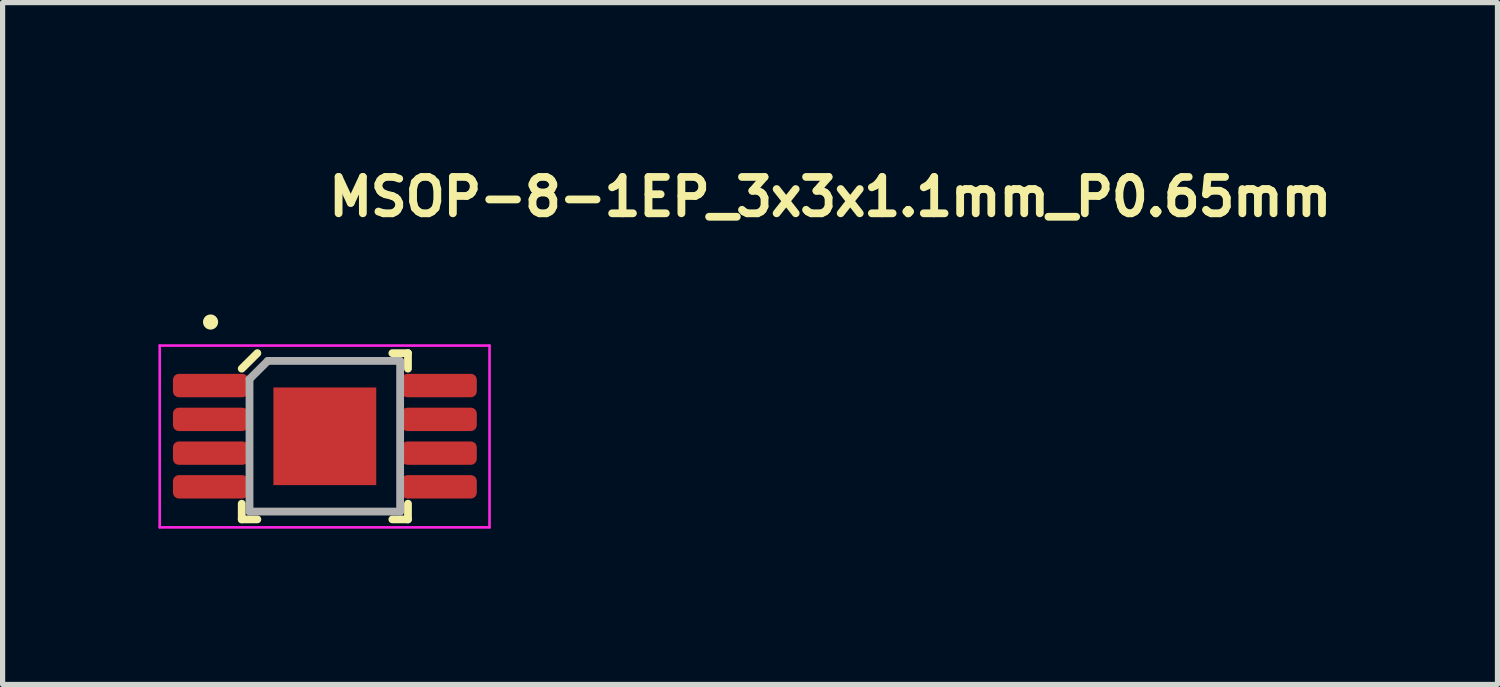
<source format=kicad_pcb>
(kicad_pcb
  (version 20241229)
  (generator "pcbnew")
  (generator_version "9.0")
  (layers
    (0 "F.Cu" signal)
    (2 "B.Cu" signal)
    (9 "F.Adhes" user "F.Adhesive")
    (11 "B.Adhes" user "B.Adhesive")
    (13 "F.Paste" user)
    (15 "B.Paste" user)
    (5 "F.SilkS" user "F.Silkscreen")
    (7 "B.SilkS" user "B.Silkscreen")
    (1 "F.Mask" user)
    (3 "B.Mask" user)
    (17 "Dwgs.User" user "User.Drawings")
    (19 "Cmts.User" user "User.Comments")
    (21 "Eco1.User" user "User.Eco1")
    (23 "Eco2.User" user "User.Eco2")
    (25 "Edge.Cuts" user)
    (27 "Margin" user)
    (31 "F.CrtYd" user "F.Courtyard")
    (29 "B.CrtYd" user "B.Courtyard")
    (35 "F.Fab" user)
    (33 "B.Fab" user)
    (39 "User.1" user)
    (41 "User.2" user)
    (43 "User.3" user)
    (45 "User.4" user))
  (footprint "MSOP-8-1EP_3x3x1.1mm_P0.65mm"
    (layer "F.Cu")
    (at 3.204 5.35)
    (property "Reference" "MSOP-8-1EP_3x3x1.1mm_P0.65mm" (at 0 -4.2 0) (layer "F.SilkS") (effects (font (size 0.7 0.7) (thickness 0.15)) (justify left bottom)))
    (attr smd)
    (fp_line (start -1.6 1.6) (end -1.6 1.298) (stroke (width 0.15) (type solid)) (layer "F.SilkS"))
    (fp_line (start -1.299 -1.601) (end -1.6 -1.302) (stroke (width 0.15) (type solid)) (layer "F.SilkS"))
    (fp_line (start -1.299 1.6) (end -1.6 1.6) (stroke (width 0.15) (type solid)) (layer "F.SilkS"))
    (fp_line (start 1.3 -1.601) (end 1.601 -1.601) (stroke (width 0.15) (type solid)) (layer "F.SilkS"))
    (fp_line (start 1.601 -1.601) (end 1.601 -1.302) (stroke (width 0.15) (type solid)) (layer "F.SilkS"))
    (fp_line (start 1.601 1.298) (end 1.601 1.6) (stroke (width 0.15) (type solid)) (layer "F.SilkS"))
    (fp_line (start 1.601 1.6) (end 1.3 1.6) (stroke (width 0.15) (type solid)) (layer "F.SilkS"))
    (fp_circle (center -2.2 -2.2) (end -2.25 -2.25) (stroke (width 0.15) (type solid)) (fill yes) (layer "F.SilkS"))
    (fp_line (start -3.179 -1.747) (end 3.171 -1.747) (stroke (width 0.05) (type solid)) (layer "F.CrtYd"))
    (fp_line (start -3.179 1.753) (end -3.179 -1.747) (stroke (width 0.05) (type solid)) (layer "F.CrtYd"))
    (fp_line (start 3.171 1.753) (end -3.179 1.753) (stroke (width 0.05) (type solid)) (layer "F.CrtYd"))
    (fp_line (start 3.171 1.753) (end 3.171 -1.747) (stroke (width 0.05) (type solid)) (layer "F.CrtYd"))
    (fp_line (start -1.45 -1.101) (end -1.45 1.449) (stroke (width 0.15) (type solid)) (layer "F.Fab"))
    (fp_line (start -1.099 -1.451) (end -1.45 -1.101) (stroke (width 0.15) (type solid)) (layer "F.Fab"))
    (fp_line (start 1.45 -1.451) (end -1.099 -1.451) (stroke (width 0.15) (type solid)) (layer "F.Fab"))
    (fp_line (start 1.45 -1.451) (end 1.45 1.449) (stroke (width 0.15) (type solid)) (layer "F.Fab"))
    (fp_line (start 1.45 1.449) (end -1.45 1.449) (stroke (width 0.15) (type solid)) (layer "F.Fab"))
    (fp_rect (start -2.451 1.498) (end 2.451 -1.5) (stroke (width 0.1) (type solid)) (fill no) (layer "User.5"))
    (fp_line (start -2.451 -1.128) (end -2.451 -0.824) (stroke (width 0.02) (type solid)) (layer "User.9"))
    (fp_line (start -2.451 -0.479) (end -2.451 -0.173) (stroke (width 0.02) (type solid)) (layer "User.9"))
    (fp_line (start -2.451 0.172) (end -2.451 0.477) (stroke (width 0.02) (type solid)) (layer "User.9"))
    (fp_line (start -2.451 0.822) (end -2.451 1.127) (stroke (width 0.02) (type solid)) (layer "User.9"))
    (fp_line (start -2.211 -1.128) (end -2.451 -1.128) (stroke (width 0.02) (type solid)) (layer "User.9"))
    (fp_line (start -2.211 -1.128) (end -2.092 -1.128) (stroke (width 0.02) (type solid)) (layer "User.9"))
    (fp_line (start -2.211 -0.824) (end -2.451 -0.824) (stroke (width 0.02) (type solid)) (layer "User.9"))
    (fp_line (start -2.211 -0.824) (end -2.092 -0.824) (stroke (width 0.02) (type solid)) (layer "User.9"))
    (fp_line (start -2.211 -0.479) (end -2.451 -0.479) (stroke (width 0.02) (type solid)) (layer "User.9"))
    (fp_line (start -2.211 -0.479) (end -2.092 -0.479) (stroke (width 0.02) (type solid)) (layer "User.9"))
    (fp_line (start -2.211 -0.173) (end -2.451 -0.173) (stroke (width 0.02) (type solid)) (layer "User.9"))
    (fp_line (start -2.211 -0.173) (end -2.092 -0.173) (stroke (width 0.02) (type solid)) (layer "User.9"))
    (fp_line (start -2.211 0.172) (end -2.451 0.172) (stroke (width 0.02) (type solid)) (layer "User.9"))
    (fp_line (start -2.211 0.172) (end -2.092 0.172) (stroke (width 0.02) (type solid)) (layer "User.9"))
    (fp_line (start -2.211 0.477) (end -2.451 0.477) (stroke (width 0.02) (type solid)) (layer "User.9"))
    (fp_line (start -2.211 0.477) (end -2.092 0.477) (stroke (width 0.02) (type solid)) (layer "User.9"))
    (fp_line (start -2.211 0.822) (end -2.451 0.822) (stroke (width 0.02) (type solid)) (layer "User.9"))
    (fp_line (start -2.211 0.822) (end -2.092 0.822) (stroke (width 0.02) (type solid)) (layer "User.9"))
    (fp_line (start -2.211 1.127) (end -2.451 1.127) (stroke (width 0.02) (type solid)) (layer "User.9"))
    (fp_line (start -2.211 1.127) (end -2.092 1.127) (stroke (width 0.02) (type solid)) (layer "User.9"))
    (fp_line (start -2.092 -1.128) (end -2.082 -1.128) (stroke (width 0.02) (type solid)) (layer "User.9"))
    (fp_line (start -2.092 -0.479) (end -2.082 -0.479) (stroke (width 0.02) (type solid)) (layer "User.9"))
    (fp_line (start -2.092 0.172) (end -2.082 0.172) (stroke (width 0.02) (type solid)) (layer "User.9"))
    (fp_line (start -2.092 0.822) (end -2.082 0.822) (stroke (width 0.02) (type solid)) (layer "User.9"))
    (fp_line (start -2.082 -1.128) (end -1.779 -1.128) (stroke (width 0.02) (type solid)) (layer "User.9"))
    (fp_line (start -2.082 -0.824) (end -2.092 -0.824) (stroke (width 0.02) (type solid)) (layer "User.9"))
    (fp_line (start -2.082 -0.824) (end -1.779 -0.824) (stroke (width 0.02) (type solid)) (layer "User.9"))
    (fp_line (start -2.082 -0.479) (end -1.779 -0.479) (stroke (width 0.02) (type solid)) (layer "User.9"))
    (fp_line (start -2.082 -0.173) (end -2.092 -0.173) (stroke (width 0.02) (type solid)) (layer "User.9"))
    (fp_line (start -2.082 -0.173) (end -1.779 -0.173) (stroke (width 0.02) (type solid)) (layer "User.9"))
    (fp_line (start -2.082 0.172) (end -1.779 0.172) (stroke (width 0.02) (type solid)) (layer "User.9"))
    (fp_line (start -2.082 0.477) (end -2.092 0.477) (stroke (width 0.02) (type solid)) (layer "User.9"))
    (fp_line (start -2.082 0.477) (end -1.779 0.477) (stroke (width 0.02) (type solid)) (layer "User.9"))
    (fp_line (start -2.082 0.822) (end -1.779 0.822) (stroke (width 0.02) (type solid)) (layer "User.9"))
    (fp_line (start -2.082 1.127) (end -2.092 1.127) (stroke (width 0.02) (type solid)) (layer "User.9"))
    (fp_line (start -2.082 1.127) (end -1.779 1.127) (stroke (width 0.02) (type solid)) (layer "User.9"))
    (fp_line (start -1.498 -1.382) (end -1.497 -1.388) (stroke (width 0.02) (type solid)) (layer "User.9"))
    (fp_line (start -1.498 -1.376) (end -1.498 -1.382) (stroke (width 0.02) (type solid)) (layer "User.9"))
    (fp_line (start -1.498 -1.373) (end -1.498 -1.376) (stroke (width 0.02) (type solid)) (layer "User.9"))
    (fp_line (start -1.498 -1.373) (end -1.498 1.37) (stroke (width 0.02) (type solid)) (layer "User.9"))
    (fp_line (start -1.498 -1.128) (end -1.779 -1.128) (stroke (width 0.02) (type solid)) (layer "User.9"))
    (fp_line (start -1.498 -1.128) (end -1.498 -0.824) (stroke (width 0.02) (type solid)) (layer "User.9"))
    (fp_line (start -1.498 -0.824) (end -1.779 -0.824) (stroke (width 0.02) (type solid)) (layer "User.9"))
    (fp_line (start -1.498 -0.479) (end -1.779 -0.479) (stroke (width 0.02) (type solid)) (layer "User.9"))
    (fp_line (start -1.498 -0.479) (end -1.498 -0.173) (stroke (width 0.02) (type solid)) (layer "User.9"))
    (fp_line (start -1.498 -0.173) (end -1.779 -0.173) (stroke (width 0.02) (type solid)) (layer "User.9"))
    (fp_line (start -1.498 0.172) (end -1.779 0.172) (stroke (width 0.02) (type solid)) (layer "User.9"))
    (fp_line (start -1.498 0.172) (end -1.498 0.477) (stroke (width 0.02) (type solid)) (layer "User.9"))
    (fp_line (start -1.498 0.477) (end -1.779 0.477) (stroke (width 0.02) (type solid)) (layer "User.9"))
    (fp_line (start -1.498 0.822) (end -1.779 0.822) (stroke (width 0.02) (type solid)) (layer "User.9"))
    (fp_line (start -1.498 0.822) (end -1.498 1.127) (stroke (width 0.02) (type solid)) (layer "User.9"))
    (fp_line (start -1.498 1.127) (end -1.779 1.127) (stroke (width 0.02) (type solid)) (layer "User.9"))
    (fp_line (start -1.498 1.374) (end -1.498 1.37) (stroke (width 0.02) (type solid)) (layer "User.9"))
    (fp_line (start -1.498 1.379) (end -1.498 1.374) (stroke (width 0.02) (type solid)) (layer "User.9"))
    (fp_line (start -1.497 -1.393) (end -1.496 -1.399) (stroke (width 0.02) (type solid)) (layer "User.9"))
    (fp_line (start -1.497 -1.388) (end -1.497 -1.393) (stroke (width 0.02) (type solid)) (layer "User.9"))
    (fp_line (start -1.497 1.386) (end -1.498 1.379) (stroke (width 0.02) (type solid)) (layer "User.9"))
    (fp_line (start -1.497 1.391) (end -1.497 1.386) (stroke (width 0.02) (type solid)) (layer "User.9"))
    (fp_line (start -1.496 -1.399) (end -1.495 -1.405) (stroke (width 0.02) (type solid)) (layer "User.9"))
    (fp_line (start -1.496 1.398) (end -1.497 1.391) (stroke (width 0.02) (type solid)) (layer "User.9"))
    (fp_line (start -1.495 -1.405) (end -1.493 -1.411) (stroke (width 0.02) (type solid)) (layer "User.9"))
    (fp_line (start -1.495 1.403) (end -1.496 1.398) (stroke (width 0.02) (type solid)) (layer "User.9"))
    (fp_line (start -1.493 -1.411) (end -1.491 -1.417) (stroke (width 0.02) (type solid)) (layer "User.9"))
    (fp_line (start -1.493 1.41) (end -1.495 1.403) (stroke (width 0.02) (type solid)) (layer "User.9"))
    (fp_line (start -1.491 -1.417) (end -1.489 -1.422) (stroke (width 0.02) (type solid)) (layer "User.9"))
    (fp_line (start -1.491 1.415) (end -1.493 1.41) (stroke (width 0.02) (type solid)) (layer "User.9"))
    (fp_line (start -1.489 -1.422) (end -1.486 -1.429) (stroke (width 0.02) (type solid)) (layer "User.9"))
    (fp_line (start -1.489 1.421) (end -1.491 1.415) (stroke (width 0.02) (type solid)) (layer "User.9"))
    (fp_line (start -1.486 -1.429) (end -1.484 -1.434) (stroke (width 0.02) (type solid)) (layer "User.9"))
    (fp_line (start -1.486 1.426) (end -1.489 1.421) (stroke (width 0.02) (type solid)) (layer "User.9"))
    (fp_line (start -1.484 -1.434) (end -1.481 -1.439) (stroke (width 0.02) (type solid)) (layer "User.9"))
    (fp_line (start -1.484 1.431) (end -1.486 1.426) (stroke (width 0.02) (type solid)) (layer "User.9"))
    (fp_line (start -1.481 -1.439) (end -1.477 -1.444) (stroke (width 0.02) (type solid)) (layer "User.9"))
    (fp_line (start -1.481 1.437) (end -1.484 1.431) (stroke (width 0.02) (type solid)) (layer "User.9"))
    (fp_line (start -1.477 -1.444) (end -1.474 -1.449) (stroke (width 0.02) (type solid)) (layer "User.9"))
    (fp_line (start -1.477 1.442) (end -1.481 1.437) (stroke (width 0.02) (type solid)) (layer "User.9"))
    (fp_line (start -1.474 -1.449) (end -1.47 -1.454) (stroke (width 0.02) (type solid)) (layer "User.9"))
    (fp_line (start -1.474 1.446) (end -1.477 1.442) (stroke (width 0.02) (type solid)) (layer "User.9"))
    (fp_line (start -1.47 -1.454) (end -1.466 -1.457) (stroke (width 0.02) (type solid)) (layer "User.9"))
    (fp_line (start -1.47 1.451) (end -1.474 1.446) (stroke (width 0.02) (type solid)) (layer "User.9"))
    (fp_line (start -1.466 -1.457) (end -1.462 -1.462) (stroke (width 0.02) (type solid)) (layer "User.9"))
    (fp_line (start -1.466 1.455) (end -1.47 1.451) (stroke (width 0.02) (type solid)) (layer "User.9"))
    (fp_line (start -1.462 -1.462) (end -1.457 -1.466) (stroke (width 0.02) (type solid)) (layer "User.9"))
    (fp_line (start -1.462 1.46) (end -1.466 1.455) (stroke (width 0.02) (type solid)) (layer "User.9"))
    (fp_line (start -1.457 -1.466) (end -1.453 -1.47) (stroke (width 0.02) (type solid)) (layer "User.9"))
    (fp_line (start -1.457 1.464) (end -1.462 1.46) (stroke (width 0.02) (type solid)) (layer "User.9"))
    (fp_line (start -1.453 -1.47) (end -1.448 -1.474) (stroke (width 0.02) (type solid)) (layer "User.9"))
    (fp_line (start -1.453 1.468) (end -1.457 1.464) (stroke (width 0.02) (type solid)) (layer "User.9"))
    (fp_line (start -1.448 -1.474) (end -1.443 -1.477) (stroke (width 0.02) (type solid)) (layer "User.9"))
    (fp_line (start -1.448 1.472) (end -1.453 1.468) (stroke (width 0.02) (type solid)) (layer "User.9"))
    (fp_line (start -1.443 -1.477) (end -1.438 -1.481) (stroke (width 0.02) (type solid)) (layer "User.9"))
    (fp_line (start -1.443 1.475) (end -1.448 1.472) (stroke (width 0.02) (type solid)) (layer "User.9"))
    (fp_line (start -1.438 -1.481) (end -1.433 -1.484) (stroke (width 0.02) (type solid)) (layer "User.9"))
    (fp_line (start -1.438 1.479) (end -1.443 1.475) (stroke (width 0.02) (type solid)) (layer "User.9"))
    (fp_line (start -1.433 -1.484) (end -1.427 -1.486) (stroke (width 0.02) (type solid)) (layer "User.9"))
    (fp_line (start -1.433 -1.316) (end -1.431 -1.322) (stroke (width 0.02) (type solid)) (layer "User.9"))
    (fp_line (start -1.433 -1.31) (end -1.433 -1.316) (stroke (width 0.02) (type solid)) (layer "User.9"))
    (fp_line (start -1.433 1.313) (end -1.433 1.308) (stroke (width 0.02) (type solid)) (layer "User.9"))
    (fp_line (start -1.433 1.483) (end -1.438 1.479) (stroke (width 0.02) (type solid)) (layer "User.9"))
    (fp_line (start -1.431 -1.322) (end -1.43 -1.328) (stroke (width 0.02) (type solid)) (layer "User.9"))
    (fp_line (start -1.431 1.32) (end -1.433 1.313) (stroke (width 0.02) (type solid)) (layer "User.9"))
    (fp_line (start -1.43 -1.328) (end -1.429 -1.333) (stroke (width 0.02) (type solid)) (layer "User.9"))
    (fp_line (start -1.43 1.325) (end -1.431 1.32) (stroke (width 0.02) (type solid)) (layer "User.9"))
    (fp_line (start -1.429 -1.333) (end -1.427 -1.339) (stroke (width 0.02) (type solid)) (layer "User.9"))
    (fp_line (start -1.429 1.331) (end -1.43 1.325) (stroke (width 0.02) (type solid)) (layer "User.9"))
    (fp_line (start -1.427 -1.486) (end -1.421 -1.49) (stroke (width 0.02) (type solid)) (layer "User.9"))
    (fp_line (start -1.427 -1.339) (end -1.425 -1.345) (stroke (width 0.02) (type solid)) (layer "User.9"))
    (fp_line (start -1.427 1.338) (end -1.429 1.331) (stroke (width 0.02) (type solid)) (layer "User.9"))
    (fp_line (start -1.427 1.484) (end -1.433 1.483) (stroke (width 0.02) (type solid)) (layer "User.9"))
    (fp_line (start -1.425 -1.345) (end -1.423 -1.351) (stroke (width 0.02) (type solid)) (layer "User.9"))
    (fp_line (start -1.425 1.343) (end -1.427 1.338) (stroke (width 0.02) (type solid)) (layer "User.9"))
    (fp_line (start -1.423 -1.351) (end -1.421 -1.356) (stroke (width 0.02) (type solid)) (layer "User.9"))
    (fp_line (start -1.423 1.35) (end -1.425 1.343) (stroke (width 0.02) (type solid)) (layer "User.9"))
    (fp_line (start -1.421 -1.49) (end -1.416 -1.492) (stroke (width 0.02) (type solid)) (layer "User.9"))
    (fp_line (start -1.421 -1.356) (end -1.418 -1.363) (stroke (width 0.02) (type solid)) (layer "User.9"))
    (fp_line (start -1.421 1.354) (end -1.423 1.35) (stroke (width 0.02) (type solid)) (layer "User.9"))
    (fp_line (start -1.421 1.487) (end -1.427 1.484) (stroke (width 0.02) (type solid)) (layer "User.9"))
    (fp_line (start -1.418 -1.363) (end -1.416 -1.368) (stroke (width 0.02) (type solid)) (layer "User.9"))
    (fp_line (start -1.418 1.361) (end -1.421 1.354) (stroke (width 0.02) (type solid)) (layer "User.9"))
    (fp_line (start -1.416 -1.492) (end -1.41 -1.494) (stroke (width 0.02) (type solid)) (layer "User.9"))
    (fp_line (start -1.416 -1.368) (end -1.413 -1.373) (stroke (width 0.02) (type solid)) (layer "User.9"))
    (fp_line (start -1.416 1.366) (end -1.418 1.361) (stroke (width 0.02) (type solid)) (layer "User.9"))
    (fp_line (start -1.416 1.49) (end -1.421 1.487) (stroke (width 0.02) (type solid)) (layer "User.9"))
    (fp_line (start -1.413 -1.373) (end -1.409 -1.378) (stroke (width 0.02) (type solid)) (layer "User.9"))
    (fp_line (start -1.413 1.37) (end -1.416 1.366) (stroke (width 0.02) (type solid)) (layer "User.9"))
    (fp_line (start -1.41 -1.494) (end -1.404 -1.496) (stroke (width 0.02) (type solid)) (layer "User.9"))
    (fp_line (start -1.41 1.491) (end -1.416 1.49) (stroke (width 0.02) (type solid)) (layer "User.9"))
    (fp_line (start -1.409 -1.378) (end -1.406 -1.383) (stroke (width 0.02) (type solid)) (layer "User.9"))
    (fp_line (start -1.409 1.375) (end -1.413 1.37) (stroke (width 0.02) (type solid)) (layer "User.9"))
    (fp_line (start -1.406 -1.383) (end -1.402 -1.387) (stroke (width 0.02) (type solid)) (layer "User.9"))
    (fp_line (start -1.406 1.381) (end -1.409 1.375) (stroke (width 0.02) (type solid)) (layer "User.9"))
    (fp_line (start -1.404 -1.496) (end -1.398 -1.497) (stroke (width 0.02) (type solid)) (layer "User.9"))
    (fp_line (start -1.404 1.494) (end -1.41 1.491) (stroke (width 0.02) (type solid)) (layer "User.9"))
    (fp_line (start -1.402 -1.387) (end -1.398 -1.392) (stroke (width 0.02) (type solid)) (layer "User.9"))
    (fp_line (start -1.402 1.385) (end -1.406 1.381) (stroke (width 0.02) (type solid)) (layer "User.9"))
    (fp_line (start -1.398 -1.497) (end -1.392 -1.499) (stroke (width 0.02) (type solid)) (layer "User.9"))
    (fp_line (start -1.398 -1.392) (end -1.394 -1.395) (stroke (width 0.02) (type solid)) (layer "User.9"))
    (fp_line (start -1.398 1.39) (end -1.402 1.385) (stroke (width 0.02) (type solid)) (layer "User.9"))
    (fp_line (start -1.398 1.495) (end -1.404 1.494) (stroke (width 0.02) (type solid)) (layer "User.9"))
    (fp_line (start -1.394 -1.395) (end -1.39 -1.399) (stroke (width 0.02) (type solid)) (layer "User.9"))
    (fp_line (start -1.394 1.394) (end -1.398 1.39) (stroke (width 0.02) (type solid)) (layer "User.9"))
    (fp_line (start -1.392 -1.499) (end -1.386 -1.499) (stroke (width 0.02) (type solid)) (layer "User.9"))
    (fp_line (start -1.392 1.496) (end -1.398 1.495) (stroke (width 0.02) (type solid)) (layer "User.9"))
    (fp_line (start -1.39 -1.399) (end -1.385 -1.403) (stroke (width 0.02) (type solid)) (layer "User.9"))
    (fp_line (start -1.39 1.398) (end -1.394 1.394) (stroke (width 0.02) (type solid)) (layer "User.9"))
    (fp_line (start -1.386 -1.499) (end -1.38 -1.5) (stroke (width 0.02) (type solid)) (layer "User.9"))
    (fp_line (start -1.386 1.496) (end -1.392 1.496) (stroke (width 0.02) (type solid)) (layer "User.9"))
    (fp_line (start -1.385 -1.403) (end -1.381 -1.407) (stroke (width 0.02) (type solid)) (layer "User.9"))
    (fp_line (start -1.385 1.402) (end -1.39 1.398) (stroke (width 0.02) (type solid)) (layer "User.9"))
    (fp_line (start -1.381 -1.407) (end -1.376 -1.41) (stroke (width 0.02) (type solid)) (layer "User.9"))
    (fp_line (start -1.381 1.406) (end -1.385 1.402) (stroke (width 0.02) (type solid)) (layer "User.9"))
    (fp_line (start -1.38 -1.5) (end -1.374 -1.5) (stroke (width 0.02) (type solid)) (layer "User.9"))
    (fp_line (start -1.38 1.498) (end -1.386 1.496) (stroke (width 0.02) (type solid)) (layer "User.9"))
    (fp_line (start -1.376 -1.41) (end -1.371 -1.414) (stroke (width 0.02) (type solid)) (layer "User.9"))
    (fp_line (start -1.376 1.409) (end -1.381 1.406) (stroke (width 0.02) (type solid)) (layer "User.9"))
    (fp_line (start -1.374 -1.5) (end -1.371 -1.5) (stroke (width 0.02) (type solid)) (layer "User.9"))
    (fp_line (start -1.374 1.498) (end -1.38 1.498) (stroke (width 0.02) (type solid)) (layer "User.9"))
    (fp_line (start -1.371 -1.5) (end 1.372 -1.5) (stroke (width 0.02) (type solid)) (layer "User.9"))
    (fp_line (start -1.371 -1.414) (end -1.367 -1.417) (stroke (width 0.02) (type solid)) (layer "User.9"))
    (fp_line (start -1.371 1.413) (end -1.376 1.409) (stroke (width 0.02) (type solid)) (layer "User.9"))
    (fp_line (start -1.371 1.498) (end -1.374 1.498) (stroke (width 0.02) (type solid)) (layer "User.9"))
    (fp_line (start -1.371 1.498) (end 1.372 1.498) (stroke (width 0.02) (type solid)) (layer "User.9"))
    (fp_line (start -1.367 -1.417) (end -1.362 -1.419) (stroke (width 0.02) (type solid)) (layer "User.9"))
    (fp_line (start -1.367 1.415) (end -1.371 1.413) (stroke (width 0.02) (type solid)) (layer "User.9"))
    (fp_line (start -1.362 -1.419) (end -1.356 -1.422) (stroke (width 0.02) (type solid)) (layer "User.9"))
    (fp_line (start -1.362 1.418) (end -1.367 1.415) (stroke (width 0.02) (type solid)) (layer "User.9"))
    (fp_line (start -1.356 -1.422) (end -1.351 -1.425) (stroke (width 0.02) (type solid)) (layer "User.9"))
    (fp_line (start -1.356 1.421) (end -1.362 1.418) (stroke (width 0.02) (type solid)) (layer "User.9"))
    (fp_line (start -1.351 -1.425) (end -1.345 -1.427) (stroke (width 0.02) (type solid)) (layer "User.9"))
    (fp_line (start -1.351 1.422) (end -1.356 1.421) (stroke (width 0.02) (type solid)) (layer "User.9"))
    (fp_line (start -1.345 -1.427) (end -1.339 -1.429) (stroke (width 0.02) (type solid)) (layer "User.9"))
    (fp_line (start -1.345 1.425) (end -1.351 1.422) (stroke (width 0.02) (type solid)) (layer "User.9"))
    (fp_line (start -1.339 -1.429) (end -1.333 -1.431) (stroke (width 0.02) (type solid)) (layer "User.9"))
    (fp_line (start -1.339 1.426) (end -1.345 1.425) (stroke (width 0.02) (type solid)) (layer "User.9"))
    (fp_line (start -1.333 -1.431) (end -1.327 -1.432) (stroke (width 0.02) (type solid)) (layer "User.9"))
    (fp_line (start -1.333 1.429) (end -1.339 1.426) (stroke (width 0.02) (type solid)) (layer "User.9"))
    (fp_line (start -1.327 -1.432) (end -1.321 -1.433) (stroke (width 0.02) (type solid)) (layer "User.9"))
    (fp_line (start -1.327 1.43) (end -1.333 1.429) (stroke (width 0.02) (type solid)) (layer "User.9"))
    (fp_line (start -1.321 -1.433) (end -1.315 -1.434) (stroke (width 0.02) (type solid)) (layer "User.9"))
    (fp_line (start -1.321 -0.99) (end -1.32 -0.994) (stroke (width 0.02) (type solid)) (layer "User.9"))
    (fp_line (start -1.321 -0.986) (end -1.321 -0.99) (stroke (width 0.02) (type solid)) (layer "User.9"))
    (fp_line (start -1.321 -0.982) (end -1.321 -0.986) (stroke (width 0.02) (type solid)) (layer "User.9"))
    (fp_line (start -1.321 -0.979) (end -1.321 -0.982) (stroke (width 0.02) (type solid)) (layer "User.9"))
    (fp_line (start -1.321 -0.979) (end -1.32 -0.99) (stroke (width 0.02) (type solid)) (layer "User.9"))
    (fp_line (start -1.321 -0.975) (end -1.321 -0.979) (stroke (width 0.02) (type solid)) (layer "User.9"))
    (fp_line (start -1.321 -0.971) (end -1.321 -0.975) (stroke (width 0.02) (type solid)) (layer "User.9"))
    (fp_line (start -1.321 -0.967) (end -1.321 -0.979) (stroke (width 0.02) (type solid)) (layer "User.9"))
    (fp_line (start -1.321 -0.967) (end -1.321 -0.971) (stroke (width 0.02) (type solid)) (layer "User.9"))
    (fp_line (start -1.321 1.43) (end -1.327 1.43) (stroke (width 0.02) (type solid)) (layer "User.9"))
    (fp_line (start -1.32 -1.002) (end -1.318 -1.013) (stroke (width 0.02) (type solid)) (layer "User.9"))
    (fp_line (start -1.32 -0.994) (end -1.32 -0.998) (stroke (width 0.02) (type solid)) (layer "User.9"))
    (fp_line (start -1.32 -0.99) (end -1.32 -1.002) (stroke (width 0.02) (type solid)) (layer "User.9"))
    (fp_line (start -1.318 -1.013) (end -1.316 -1.025) (stroke (width 0.02) (type solid)) (layer "User.9"))
    (fp_line (start -1.316 -1.029) (end -1.315 -1.033) (stroke (width 0.02) (type solid)) (layer "User.9"))
    (fp_line (start -1.316 -1.025) (end -1.314 -1.036) (stroke (width 0.02) (type solid)) (layer "User.9"))
    (fp_line (start -1.315 -1.434) (end -1.309 -1.434) (stroke (width 0.02) (type solid)) (layer "User.9"))
    (fp_line (start -1.315 -1.033) (end -1.314 -1.036) (stroke (width 0.02) (type solid)) (layer "User.9"))
    (fp_line (start -1.315 1.431) (end -1.321 1.43) (stroke (width 0.02) (type solid)) (layer "User.9"))
    (fp_line (start -1.314 -1.039) (end -1.313 -1.044) (stroke (width 0.02) (type solid)) (layer "User.9"))
    (fp_line (start -1.314 -1.036) (end -1.314 -1.039) (stroke (width 0.02) (type solid)) (layer "User.9"))
    (fp_line (start -1.314 -1.036) (end -1.312 -1.048) (stroke (width 0.02) (type solid)) (layer "User.9"))
    (fp_line (start -1.313 -1.044) (end -1.312 -1.048) (stroke (width 0.02) (type solid)) (layer "User.9"))
    (fp_line (start -1.312 -1.048) (end -1.311 -1.051) (stroke (width 0.02) (type solid)) (layer "User.9"))
    (fp_line (start -1.312 -1.048) (end -1.309 -1.059) (stroke (width 0.02) (type solid)) (layer "User.9"))
    (fp_line (start -1.311 -1.051) (end -1.31 -1.055) (stroke (width 0.02) (type solid)) (layer "User.9"))
    (fp_line (start -1.31 -1.055) (end -1.309 -1.059) (stroke (width 0.02) (type solid)) (layer "User.9"))
    (fp_line (start -1.309 -1.434) (end -1.309 -1.31) (stroke (width 0.02) (type solid)) (layer "User.9"))
    (fp_line (start -1.309 -1.059) (end -1.301 -1.081) (stroke (width 0.02) (type solid)) (layer "User.9"))
    (fp_line (start -1.309 -0.967) (end -1.321 -0.967) (stroke (width 0.02) (type solid)) (layer "User.9"))
    (fp_line (start -1.309 -0.967) (end -0.609 -0.967) (stroke (width 0.02) (type solid)) (layer "User.9"))
    (fp_line (start -1.309 1.308) (end -1.309 1.431) (stroke (width 0.02) (type solid)) (layer "User.9"))
    (fp_line (start -1.309 1.431) (end -1.315 1.431) (stroke (width 0.02) (type solid)) (layer "User.9"))
    (fp_line (start -1.301 -1.081) (end -1.293 -1.103) (stroke (width 0.02) (type solid)) (layer "User.9"))
    (fp_line (start -1.293 -1.103) (end -1.283 -1.124) (stroke (width 0.02) (type solid)) (layer "User.9"))
    (fp_line (start -1.283 -1.124) (end -1.272 -1.145) (stroke (width 0.02) (type solid)) (layer "User.9"))
    (fp_line (start -1.272 -1.145) (end -1.26 -1.164) (stroke (width 0.02) (type solid)) (layer "User.9"))
    (fp_line (start -1.26 -1.164) (end -1.246 -1.184) (stroke (width 0.02) (type solid)) (layer "User.9"))
    (fp_line (start -1.246 -1.184) (end -1.233 -1.201) (stroke (width 0.02) (type solid)) (layer "User.9"))
    (fp_line (start -1.233 -1.201) (end -1.217 -1.217) (stroke (width 0.02) (type solid)) (layer "User.9"))
    (fp_line (start -1.217 -1.217) (end -1.2 -1.234) (stroke (width 0.02) (type solid)) (layer "User.9"))
    (fp_line (start -1.2 -1.234) (end -1.182 -1.248) (stroke (width 0.02) (type solid)) (layer "User.9"))
    (fp_line (start -1.182 -1.248) (end -1.163 -1.262) (stroke (width 0.02) (type solid)) (layer "User.9"))
    (fp_line (start -1.163 -1.262) (end -1.143 -1.273) (stroke (width 0.02) (type solid)) (layer "User.9"))
    (fp_line (start -1.143 -1.273) (end -1.123 -1.284) (stroke (width 0.02) (type solid)) (layer "User.9"))
    (fp_line (start -1.123 -1.284) (end -1.103 -1.294) (stroke (width 0.02) (type solid)) (layer "User.9"))
    (fp_line (start -1.103 -1.294) (end -1.081 -1.303) (stroke (width 0.02) (type solid)) (layer "User.9"))
    (fp_line (start -1.081 -1.303) (end -1.057 -1.31) (stroke (width 0.02) (type solid)) (layer "User.9"))
    (fp_line (start -1.057 -1.31) (end -1.053 -1.312) (stroke (width 0.02) (type solid)) (layer "User.9"))
    (fp_line (start -1.057 -1.31) (end -1.046 -1.313) (stroke (width 0.02) (type solid)) (layer "User.9"))
    (fp_line (start -1.053 -1.312) (end -1.046 -1.313) (stroke (width 0.02) (type solid)) (layer "User.9"))
    (fp_line (start -1.046 -1.313) (end -1.04 -1.314) (stroke (width 0.02) (type solid)) (layer "User.9"))
    (fp_line (start -1.046 -1.313) (end -1.034 -1.315) (stroke (width 0.02) (type solid)) (layer "User.9"))
    (fp_line (start -1.04 -1.314) (end -1.036 -1.315) (stroke (width 0.02) (type solid)) (layer "User.9"))
    (fp_line (start -1.036 -1.315) (end -1.03 -1.316) (stroke (width 0.02) (type solid)) (layer "User.9"))
    (fp_line (start -1.034 -1.315) (end -1.024 -1.318) (stroke (width 0.02) (type solid)) (layer "User.9"))
    (fp_line (start -1.03 -1.316) (end -1.024 -1.317) (stroke (width 0.02) (type solid)) (layer "User.9"))
    (fp_line (start -1.024 -1.318) (end -1.012 -1.319) (stroke (width 0.02) (type solid)) (layer "User.9"))
    (fp_line (start -1.024 -1.317) (end -1.018 -1.318) (stroke (width 0.02) (type solid)) (layer "User.9"))
    (fp_line (start -1.018 -1.318) (end -1.012 -1.319) (stroke (width 0.02) (type solid)) (layer "User.9"))
    (fp_line (start -1.012 -1.319) (end -1 -1.321) (stroke (width 0.02) (type solid)) (layer "User.9"))
    (fp_line (start -1 -1.321) (end -0.988 -1.322) (stroke (width 0.02) (type solid)) (layer "User.9"))
    (fp_line (start -0.988 -1.322) (end -0.976 -1.322) (stroke (width 0.02) (type solid)) (layer "User.9"))
    (fp_line (start -0.976 -1.322) (end -0.966 -1.322) (stroke (width 0.02) (type solid)) (layer "User.9"))
    (fp_line (start -0.966 -1.322) (end -0.964 -1.322) (stroke (width 0.02) (type solid)) (layer "User.9"))
    (fp_line (start -0.966 -1.322) (end -0.954 -1.322) (stroke (width 0.02) (type solid)) (layer "User.9"))
    (fp_line (start -0.964 -1.322) (end -0.962 -1.322) (stroke (width 0.02) (type solid)) (layer "User.9"))
    (fp_line (start -0.954 -1.322) (end -0.942 -1.322) (stroke (width 0.02) (type solid)) (layer "User.9"))
    (fp_line (start -0.942 -1.322) (end -0.93 -1.321) (stroke (width 0.02) (type solid)) (layer "User.9"))
    (fp_line (start -0.93 -1.321) (end -0.919 -1.319) (stroke (width 0.02) (type solid)) (layer "User.9"))
    (fp_line (start -0.919 -1.319) (end -0.913 -1.318) (stroke (width 0.02) (type solid)) (layer "User.9"))
    (fp_line (start -0.919 -1.319) (end -0.907 -1.318) (stroke (width 0.02) (type solid)) (layer "User.9"))
    (fp_line (start -0.913 -1.318) (end -0.907 -1.317) (stroke (width 0.02) (type solid)) (layer "User.9"))
    (fp_line (start -0.907 -1.318) (end -0.895 -1.315) (stroke (width 0.02) (type solid)) (layer "User.9"))
    (fp_line (start -0.907 -1.317) (end -0.901 -1.316) (stroke (width 0.02) (type solid)) (layer "User.9"))
    (fp_line (start -0.901 -1.316) (end -0.895 -1.315) (stroke (width 0.02) (type solid)) (layer "User.9"))
    (fp_line (start -0.895 -1.315) (end -0.889 -1.314) (stroke (width 0.02) (type solid)) (layer "User.9"))
    (fp_line (start -0.895 -1.315) (end -0.885 -1.313) (stroke (width 0.02) (type solid)) (layer "User.9"))
    (fp_line (start -0.889 -1.314) (end -0.883 -1.313) (stroke (width 0.02) (type solid)) (layer "User.9"))
    (fp_line (start -0.885 -1.313) (end -0.873 -1.31) (stroke (width 0.02) (type solid)) (layer "User.9"))
    (fp_line (start -0.883 -1.313) (end -0.879 -1.312) (stroke (width 0.02) (type solid)) (layer "User.9"))
    (fp_line (start -0.879 -1.312) (end -0.873 -1.31) (stroke (width 0.02) (type solid)) (layer "User.9"))
    (fp_line (start -0.873 -1.31) (end -0.859 -1.306) (stroke (width 0.02) (type solid)) (layer "User.9"))
    (fp_line (start -0.859 -1.306) (end -0.845 -1.301) (stroke (width 0.02) (type solid)) (layer "User.9"))
    (fp_line (start -0.845 -1.301) (end -0.831 -1.295) (stroke (width 0.02) (type solid)) (layer "User.9"))
    (fp_line (start -0.831 -1.295) (end -0.817 -1.289) (stroke (width 0.02) (type solid)) (layer "User.9"))
    (fp_line (start -0.817 -1.289) (end -0.803 -1.282) (stroke (width 0.02) (type solid)) (layer "User.9"))
    (fp_line (start -0.803 -1.282) (end -0.79 -1.276) (stroke (width 0.02) (type solid)) (layer "User.9"))
    (fp_line (start -0.79 -1.276) (end -0.778 -1.268) (stroke (width 0.02) (type solid)) (layer "User.9"))
    (fp_line (start -0.778 -1.268) (end -0.766 -1.261) (stroke (width 0.02) (type solid)) (layer "User.9"))
    (fp_line (start -0.766 -1.261) (end -0.754 -1.253) (stroke (width 0.02) (type solid)) (layer "User.9"))
    (fp_line (start -0.754 -1.253) (end -0.742 -1.244) (stroke (width 0.02) (type solid)) (layer "User.9"))
    (fp_line (start -0.742 -1.244) (end -0.732 -1.235) (stroke (width 0.02) (type solid)) (layer "User.9"))
    (fp_line (start -0.732 -1.235) (end -0.722 -1.224) (stroke (width 0.02) (type solid)) (layer "User.9"))
    (fp_line (start -0.722 -1.224) (end -0.71 -1.215) (stroke (width 0.02) (type solid)) (layer "User.9"))
    (fp_line (start -0.71 -1.215) (end -0.702 -1.205) (stroke (width 0.02) (type solid)) (layer "User.9"))
    (fp_line (start -0.702 -1.205) (end -0.692 -1.193) (stroke (width 0.02) (type solid)) (layer "User.9"))
    (fp_line (start -0.692 -1.193) (end -0.682 -1.183) (stroke (width 0.02) (type solid)) (layer "User.9"))
    (fp_line (start -0.682 -1.183) (end -0.674 -1.171) (stroke (width 0.02) (type solid)) (layer "User.9"))
    (fp_line (start -0.674 -1.171) (end -0.666 -1.159) (stroke (width 0.02) (type solid)) (layer "User.9"))
    (fp_line (start -0.666 -1.159) (end -0.659 -1.147) (stroke (width 0.02) (type solid)) (layer "User.9"))
    (fp_line (start -0.659 -1.147) (end -0.651 -1.134) (stroke (width 0.02) (type solid)) (layer "User.9"))
    (fp_line (start -0.651 -1.134) (end -0.645 -1.121) (stroke (width 0.02) (type solid)) (layer "User.9"))
    (fp_line (start -0.645 -1.121) (end -0.639 -1.109) (stroke (width 0.02) (type solid)) (layer "User.9"))
    (fp_line (start -0.639 -1.109) (end -0.633 -1.096) (stroke (width 0.02) (type solid)) (layer "User.9"))
    (fp_line (start -0.633 -1.096) (end -0.629 -1.081) (stroke (width 0.02) (type solid)) (layer "User.9"))
    (fp_line (start -0.629 -1.081) (end -0.625 -1.067) (stroke (width 0.02) (type solid)) (layer "User.9"))
    (fp_line (start -0.625 -1.067) (end -0.621 -1.053) (stroke (width 0.02) (type solid)) (layer "User.9"))
    (fp_line (start -0.621 -1.053) (end -0.617 -1.039) (stroke (width 0.02) (type solid)) (layer "User.9"))
    (fp_line (start -0.617 -1.039) (end -0.615 -1.026) (stroke (width 0.02) (type solid)) (layer "User.9"))
    (fp_line (start -0.615 -1.026) (end -0.613 -1.011) (stroke (width 0.02) (type solid)) (layer "User.9"))
    (fp_line (start -0.613 -1.011) (end -0.611 -0.997) (stroke (width 0.02) (type solid)) (layer "User.9"))
    (fp_line (start -0.611 -0.997) (end -0.609 -0.982) (stroke (width 0.02) (type solid)) (layer "User.9"))
    (fp_line (start -0.609 -0.982) (end -0.609 -0.967) (stroke (width 0.02) (type solid)) (layer "User.9"))
    (fp_line (start 1.308 -1.434) (end 1.315 -1.434) (stroke (width 0.02) (type solid)) (layer "User.9"))
    (fp_line (start 1.308 -1.31) (end 1.308 -1.434) (stroke (width 0.02) (type solid)) (layer "User.9"))
    (fp_line (start 1.308 1.431) (end 1.308 1.308) (stroke (width 0.02) (type solid)) (layer "User.9"))
    (fp_line (start 1.315 -1.434) (end 1.32 -1.433) (stroke (width 0.02) (type solid)) (layer "User.9"))
    (fp_line (start 1.315 1.431) (end 1.308 1.431) (stroke (width 0.02) (type solid)) (layer "User.9"))
    (fp_line (start 1.32 -1.433) (end 1.327 -1.432) (stroke (width 0.02) (type solid)) (layer "User.9"))
    (fp_line (start 1.32 1.43) (end 1.315 1.431) (stroke (width 0.02) (type solid)) (layer "User.9"))
    (fp_line (start 1.327 -1.432) (end 1.332 -1.431) (stroke (width 0.02) (type solid)) (layer "User.9"))
    (fp_line (start 1.327 1.43) (end 1.32 1.43) (stroke (width 0.02) (type solid)) (layer "User.9"))
    (fp_line (start 1.332 -1.431) (end 1.339 -1.429) (stroke (width 0.02) (type solid)) (layer "User.9"))
    (fp_line (start 1.332 1.429) (end 1.327 1.43) (stroke (width 0.02) (type solid)) (layer "User.9"))
    (fp_line (start 1.339 -1.429) (end 1.344 -1.427) (stroke (width 0.02) (type solid)) (layer "User.9"))
    (fp_line (start 1.339 1.426) (end 1.332 1.429) (stroke (width 0.02) (type solid)) (layer "User.9"))
    (fp_line (start 1.344 -1.427) (end 1.351 -1.425) (stroke (width 0.02) (type solid)) (layer "User.9"))
    (fp_line (start 1.344 1.425) (end 1.339 1.426) (stroke (width 0.02) (type solid)) (layer "User.9"))
    (fp_line (start 1.351 -1.425) (end 1.356 -1.422) (stroke (width 0.02) (type solid)) (layer "User.9"))
    (fp_line (start 1.351 1.422) (end 1.344 1.425) (stroke (width 0.02) (type solid)) (layer "User.9"))
    (fp_line (start 1.356 -1.422) (end 1.361 -1.419) (stroke (width 0.02) (type solid)) (layer "User.9"))
    (fp_line (start 1.356 1.421) (end 1.351 1.422) (stroke (width 0.02) (type solid)) (layer "User.9"))
    (fp_line (start 1.361 -1.419) (end 1.367 -1.417) (stroke (width 0.02) (type solid)) (layer "User.9"))
    (fp_line (start 1.361 1.418) (end 1.356 1.421) (stroke (width 0.02) (type solid)) (layer "User.9"))
    (fp_line (start 1.367 -1.417) (end 1.372 -1.414) (stroke (width 0.02) (type solid)) (layer "User.9"))
    (fp_line (start 1.367 1.415) (end 1.361 1.418) (stroke (width 0.02) (type solid)) (layer "User.9"))
    (fp_line (start 1.372 -1.5) (end 1.375 -1.5) (stroke (width 0.02) (type solid)) (layer "User.9"))
    (fp_line (start 1.372 -1.414) (end 1.376 -1.41) (stroke (width 0.02) (type solid)) (layer "User.9"))
    (fp_line (start 1.372 1.413) (end 1.367 1.415) (stroke (width 0.02) (type solid)) (layer "User.9"))
    (fp_line (start 1.375 -1.5) (end 1.38 -1.5) (stroke (width 0.02) (type solid)) (layer "User.9"))
    (fp_line (start 1.375 1.498) (end 1.372 1.498) (stroke (width 0.02) (type solid)) (layer "User.9"))
    (fp_line (start 1.376 -1.41) (end 1.381 -1.407) (stroke (width 0.02) (type solid)) (layer "User.9"))
    (fp_line (start 1.376 1.409) (end 1.372 1.413) (stroke (width 0.02) (type solid)) (layer "User.9"))
    (fp_line (start 1.38 -1.5) (end 1.386 -1.499) (stroke (width 0.02) (type solid)) (layer "User.9"))
    (fp_line (start 1.38 1.498) (end 1.375 1.498) (stroke (width 0.02) (type solid)) (layer "User.9"))
    (fp_line (start 1.381 -1.407) (end 1.385 -1.403) (stroke (width 0.02) (type solid)) (layer "User.9"))
    (fp_line (start 1.381 1.406) (end 1.376 1.409) (stroke (width 0.02) (type solid)) (layer "User.9"))
    (fp_line (start 1.385 -1.403) (end 1.39 -1.399) (stroke (width 0.02) (type solid)) (layer "User.9"))
    (fp_line (start 1.385 1.402) (end 1.381 1.406) (stroke (width 0.02) (type solid)) (layer "User.9"))
    (fp_line (start 1.386 -1.499) (end 1.393 -1.499) (stroke (width 0.02) (type solid)) (layer "User.9"))
    (fp_line (start 1.386 1.496) (end 1.38 1.498) (stroke (width 0.02) (type solid)) (layer "User.9"))
    (fp_line (start 1.39 -1.399) (end 1.394 -1.395) (stroke (width 0.02) (type solid)) (layer "User.9"))
    (fp_line (start 1.39 1.398) (end 1.385 1.402) (stroke (width 0.02) (type solid)) (layer "User.9"))
    (fp_line (start 1.393 -1.499) (end 1.398 -1.497) (stroke (width 0.02) (type solid)) (layer "User.9"))
    (fp_line (start 1.393 1.496) (end 1.386 1.496) (stroke (width 0.02) (type solid)) (layer "User.9"))
    (fp_line (start 1.394 -1.395) (end 1.398 -1.392) (stroke (width 0.02) (type solid)) (layer "User.9"))
    (fp_line (start 1.394 1.394) (end 1.39 1.398) (stroke (width 0.02) (type solid)) (layer "User.9"))
    (fp_line (start 1.398 -1.497) (end 1.405 -1.496) (stroke (width 0.02) (type solid)) (layer "User.9"))
    (fp_line (start 1.398 -1.392) (end 1.402 -1.387) (stroke (width 0.02) (type solid)) (layer "User.9"))
    (fp_line (start 1.398 1.39) (end 1.394 1.394) (stroke (width 0.02) (type solid)) (layer "User.9"))
    (fp_line (start 1.398 1.495) (end 1.393 1.496) (stroke (width 0.02) (type solid)) (layer "User.9"))
    (fp_line (start 1.402 -1.387) (end 1.406 -1.383) (stroke (width 0.02) (type solid)) (layer "User.9"))
    (fp_line (start 1.402 1.385) (end 1.398 1.39) (stroke (width 0.02) (type solid)) (layer "User.9"))
    (fp_line (start 1.405 -1.496) (end 1.41 -1.494) (stroke (width 0.02) (type solid)) (layer "User.9"))
    (fp_line (start 1.405 1.494) (end 1.398 1.495) (stroke (width 0.02) (type solid)) (layer "User.9"))
    (fp_line (start 1.406 -1.383) (end 1.409 -1.378) (stroke (width 0.02) (type solid)) (layer "User.9"))
    (fp_line (start 1.406 1.381) (end 1.402 1.385) (stroke (width 0.02) (type solid)) (layer "User.9"))
    (fp_line (start 1.409 -1.378) (end 1.413 -1.373) (stroke (width 0.02) (type solid)) (layer "User.9"))
    (fp_line (start 1.409 1.375) (end 1.406 1.381) (stroke (width 0.02) (type solid)) (layer "User.9"))
    (fp_line (start 1.41 -1.494) (end 1.417 -1.492) (stroke (width 0.02) (type solid)) (layer "User.9"))
    (fp_line (start 1.41 1.491) (end 1.405 1.494) (stroke (width 0.02) (type solid)) (layer "User.9"))
    (fp_line (start 1.413 -1.373) (end 1.417 -1.368) (stroke (width 0.02) (type solid)) (layer "User.9"))
    (fp_line (start 1.413 1.37) (end 1.409 1.375) (stroke (width 0.02) (type solid)) (layer "User.9"))
    (fp_line (start 1.417 -1.492) (end 1.421 -1.49) (stroke (width 0.02) (type solid)) (layer "User.9"))
    (fp_line (start 1.417 -1.368) (end 1.418 -1.363) (stroke (width 0.02) (type solid)) (layer "User.9"))
    (fp_line (start 1.417 1.366) (end 1.413 1.37) (stroke (width 0.02) (type solid)) (layer "User.9"))
    (fp_line (start 1.417 1.49) (end 1.41 1.491) (stroke (width 0.02) (type solid)) (layer "User.9"))
    (fp_line (start 1.418 -1.363) (end 1.421 -1.356) (stroke (width 0.02) (type solid)) (layer "User.9"))
    (fp_line (start 1.418 1.361) (end 1.417 1.366) (stroke (width 0.02) (type solid)) (layer "User.9"))
    (fp_line (start 1.421 -1.49) (end 1.428 -1.486) (stroke (width 0.02) (type solid)) (layer "User.9"))
    (fp_line (start 1.421 -1.356) (end 1.424 -1.351) (stroke (width 0.02) (type solid)) (layer "User.9"))
    (fp_line (start 1.421 1.354) (end 1.418 1.361) (stroke (width 0.02) (type solid)) (layer "User.9"))
    (fp_line (start 1.421 1.487) (end 1.417 1.49) (stroke (width 0.02) (type solid)) (layer "User.9"))
    (fp_line (start 1.424 -1.351) (end 1.425 -1.345) (stroke (width 0.02) (type solid)) (layer "User.9"))
    (fp_line (start 1.424 1.35) (end 1.421 1.354) (stroke (width 0.02) (type solid)) (layer "User.9"))
    (fp_line (start 1.425 -1.345) (end 1.428 -1.339) (stroke (width 0.02) (type solid)) (layer "User.9"))
    (fp_line (start 1.425 1.343) (end 1.424 1.35) (stroke (width 0.02) (type solid)) (layer "User.9"))
    (fp_line (start 1.428 -1.486) (end 1.433 -1.484) (stroke (width 0.02) (type solid)) (layer "User.9"))
    (fp_line (start 1.428 -1.339) (end 1.429 -1.333) (stroke (width 0.02) (type solid)) (layer "User.9"))
    (fp_line (start 1.428 1.338) (end 1.425 1.343) (stroke (width 0.02) (type solid)) (layer "User.9"))
    (fp_line (start 1.428 1.484) (end 1.421 1.487) (stroke (width 0.02) (type solid)) (layer "User.9"))
    (fp_line (start 1.429 -1.333) (end 1.43 -1.328) (stroke (width 0.02) (type solid)) (layer "User.9"))
    (fp_line (start 1.429 1.331) (end 1.428 1.338) (stroke (width 0.02) (type solid)) (layer "User.9"))
    (fp_line (start 1.43 -1.328) (end 1.432 -1.322) (stroke (width 0.02) (type solid)) (layer "User.9"))
    (fp_line (start 1.43 1.325) (end 1.429 1.331) (stroke (width 0.02) (type solid)) (layer "User.9"))
    (fp_line (start 1.432 -1.322) (end 1.433 -1.316) (stroke (width 0.02) (type solid)) (layer "User.9"))
    (fp_line (start 1.432 1.32) (end 1.43 1.325) (stroke (width 0.02) (type solid)) (layer "User.9"))
    (fp_line (start 1.433 -1.484) (end 1.437 -1.481) (stroke (width 0.02) (type solid)) (layer "User.9"))
    (fp_line (start 1.433 -1.316) (end 1.433 -1.31) (stroke (width 0.02) (type solid)) (layer "User.9"))
    (fp_line (start 1.433 1.308) (end 1.433 1.313) (stroke (width 0.02) (type solid)) (layer "User.9"))
    (fp_line (start 1.433 1.313) (end 1.432 1.32) (stroke (width 0.02) (type solid)) (layer "User.9"))
    (fp_line (start 1.433 1.483) (end 1.428 1.484) (stroke (width 0.02) (type solid)) (layer "User.9"))
    (fp_line (start 1.437 -1.481) (end 1.442 -1.477) (stroke (width 0.02) (type solid)) (layer "User.9"))
    (fp_line (start 1.437 1.479) (end 1.433 1.483) (stroke (width 0.02) (type solid)) (layer "User.9"))
    (fp_line (start 1.442 -1.477) (end 1.448 -1.474) (stroke (width 0.02) (type solid)) (layer "User.9"))
    (fp_line (start 1.442 1.475) (end 1.437 1.479) (stroke (width 0.02) (type solid)) (layer "User.9"))
    (fp_line (start 1.448 -1.474) (end 1.453 -1.47) (stroke (width 0.02) (type solid)) (layer "User.9"))
    (fp_line (start 1.448 1.472) (end 1.442 1.475) (stroke (width 0.02) (type solid)) (layer "User.9"))
    (fp_line (start 1.453 -1.47) (end 1.457 -1.466) (stroke (width 0.02) (type solid)) (layer "User.9"))
    (fp_line (start 1.453 1.468) (end 1.448 1.472) (stroke (width 0.02) (type solid)) (layer "User.9"))
    (fp_line (start 1.457 -1.466) (end 1.461 -1.462) (stroke (width 0.02) (type solid)) (layer "User.9"))
    (fp_line (start 1.457 1.464) (end 1.453 1.468) (stroke (width 0.02) (type solid)) (layer "User.9"))
    (fp_line (start 1.461 -1.462) (end 1.465 -1.457) (stroke (width 0.02) (type solid)) (layer "User.9"))
    (fp_line (start 1.461 1.46) (end 1.457 1.464) (stroke (width 0.02) (type solid)) (layer "User.9"))
    (fp_line (start 1.465 -1.457) (end 1.469 -1.454) (stroke (width 0.02) (type solid)) (layer "User.9"))
    (fp_line (start 1.465 1.455) (end 1.461 1.46) (stroke (width 0.02) (type solid)) (layer "User.9"))
    (fp_line (start 1.469 -1.454) (end 1.473 -1.449) (stroke (width 0.02) (type solid)) (layer "User.9"))
    (fp_line (start 1.469 1.451) (end 1.465 1.455) (stroke (width 0.02) (type solid)) (layer "User.9"))
    (fp_line (start 1.473 -1.449) (end 1.477 -1.444) (stroke (width 0.02) (type solid)) (layer "User.9"))
    (fp_line (start 1.473 1.446) (end 1.469 1.451) (stroke (width 0.02) (type solid)) (layer "User.9"))
    (fp_line (start 1.477 -1.444) (end 1.481 -1.439) (stroke (width 0.02) (type solid)) (layer "User.9"))
    (fp_line (start 1.477 1.442) (end 1.473 1.446) (stroke (width 0.02) (type solid)) (layer "User.9"))
    (fp_line (start 1.481 -1.439) (end 1.484 -1.434) (stroke (width 0.02) (type solid)) (layer "User.9"))
    (fp_line (start 1.481 1.437) (end 1.477 1.442) (stroke (width 0.02) (type solid)) (layer "User.9"))
    (fp_line (start 1.484 -1.434) (end 1.485 -1.429) (stroke (width 0.02) (type solid)) (layer "User.9"))
    (fp_line (start 1.484 1.431) (end 1.481 1.437) (stroke (width 0.02) (type solid)) (layer "User.9"))
    (fp_line (start 1.485 -1.429) (end 1.489 -1.422) (stroke (width 0.02) (type solid)) (layer "User.9"))
    (fp_line (start 1.485 1.426) (end 1.484 1.431) (stroke (width 0.02) (type solid)) (layer "User.9"))
    (fp_line (start 1.489 -1.422) (end 1.49 -1.417) (stroke (width 0.02) (type solid)) (layer "User.9"))
    (fp_line (start 1.489 1.421) (end 1.485 1.426) (stroke (width 0.02) (type solid)) (layer "User.9"))
    (fp_line (start 1.49 -1.417) (end 1.493 -1.411) (stroke (width 0.02) (type solid)) (layer "User.9"))
    (fp_line (start 1.49 1.415) (end 1.489 1.421) (stroke (width 0.02) (type solid)) (layer "User.9"))
    (fp_line (start 1.493 -1.411) (end 1.494 -1.405) (stroke (width 0.02) (type solid)) (layer "User.9"))
    (fp_line (start 1.493 1.41) (end 1.49 1.415) (stroke (width 0.02) (type solid)) (layer "User.9"))
    (fp_line (start 1.494 -1.405) (end 1.496 -1.399) (stroke (width 0.02) (type solid)) (layer "User.9"))
    (fp_line (start 1.494 1.403) (end 1.493 1.41) (stroke (width 0.02) (type solid)) (layer "User.9"))
    (fp_line (start 1.496 -1.399) (end 1.497 -1.393) (stroke (width 0.02) (type solid)) (layer "User.9"))
    (fp_line (start 1.496 1.398) (end 1.494 1.403) (stroke (width 0.02) (type solid)) (layer "User.9"))
    (fp_line (start 1.497 -1.393) (end 1.497 -1.388) (stroke (width 0.02) (type solid)) (layer "User.9"))
    (fp_line (start 1.497 -1.388) (end 1.498 -1.382) (stroke (width 0.02) (type solid)) (layer "User.9"))
    (fp_line (start 1.497 1.386) (end 1.497 1.391) (stroke (width 0.02) (type solid)) (layer "User.9"))
    (fp_line (start 1.497 1.391) (end 1.496 1.398) (stroke (width 0.02) (type solid)) (layer "User.9"))
    (fp_line (start 1.498 -1.382) (end 1.498 -1.376) (stroke (width 0.02) (type solid)) (layer "User.9"))
    (fp_line (start 1.498 -1.376) (end 1.498 -1.373) (stroke (width 0.02) (type solid)) (layer "User.9"))
    (fp_line (start 1.498 -1.373) (end 1.498 1.37) (stroke (width 0.02) (type solid)) (layer "User.9"))
    (fp_line (start 1.498 -1.128) (end 1.779 -1.128) (stroke (width 0.02) (type solid)) (layer "User.9"))
    (fp_line (start 1.498 -0.824) (end 1.498 -1.128) (stroke (width 0.02) (type solid)) (layer "User.9"))
    (fp_line (start 1.498 -0.824) (end 1.779 -0.824) (stroke (width 0.02) (type solid)) (layer "User.9"))
    (fp_line (start 1.498 -0.479) (end 1.779 -0.479) (stroke (width 0.02) (type solid)) (layer "User.9"))
    (fp_line (start 1.498 -0.173) (end 1.498 -0.479) (stroke (width 0.02) (type solid)) (layer "User.9"))
    (fp_line (start 1.498 -0.173) (end 1.779 -0.173) (stroke (width 0.02) (type solid)) (layer "User.9"))
    (fp_line (start 1.498 0.172) (end 1.779 0.172) (stroke (width 0.02) (type solid)) (layer "User.9"))
    (fp_line (start 1.498 0.477) (end 1.498 0.172) (stroke (width 0.02) (type solid)) (layer "User.9"))
    (fp_line (start 1.498 0.477) (end 1.779 0.477) (stroke (width 0.02) (type solid)) (layer "User.9"))
    (fp_line (start 1.498 0.822) (end 1.779 0.822) (stroke (width 0.02) (type solid)) (layer "User.9"))
    (fp_line (start 1.498 1.127) (end 1.498 0.822) (stroke (width 0.02) (type solid)) (layer "User.9"))
    (fp_line (start 1.498 1.127) (end 1.779 1.127) (stroke (width 0.02) (type solid)) (layer "User.9"))
    (fp_line (start 1.498 1.37) (end 1.498 1.374) (stroke (width 0.02) (type solid)) (layer "User.9"))
    (fp_line (start 1.498 1.374) (end 1.498 1.379) (stroke (width 0.02) (type solid)) (layer "User.9"))
    (fp_line (start 1.498 1.379) (end 1.497 1.386) (stroke (width 0.02) (type solid)) (layer "User.9"))
    (fp_line (start 2.082 -1.128) (end 1.779 -1.128) (stroke (width 0.02) (type solid)) (layer "User.9"))
    (fp_line (start 2.082 -1.128) (end 2.092 -1.128) (stroke (width 0.02) (type solid)) (layer "User.9"))
    (fp_line (start 2.082 -0.824) (end 1.779 -0.824) (stroke (width 0.02) (type solid)) (layer "User.9"))
    (fp_line (start 2.082 -0.479) (end 1.779 -0.479) (stroke (width 0.02) (type solid)) (layer "User.9"))
    (fp_line (start 2.082 -0.479) (end 2.092 -0.479) (stroke (width 0.02) (type solid)) (layer "User.9"))
    (fp_line (start 2.082 -0.173) (end 1.779 -0.173) (stroke (width 0.02) (type solid)) (layer "User.9"))
    (fp_line (start 2.082 0.172) (end 1.779 0.172) (stroke (width 0.02) (type solid)) (layer "User.9"))
    (fp_line (start 2.082 0.172) (end 2.092 0.172) (stroke (width 0.02) (type solid)) (layer "User.9"))
    (fp_line (start 2.082 0.477) (end 1.779 0.477) (stroke (width 0.02) (type solid)) (layer "User.9"))
    (fp_line (start 2.082 0.822) (end 1.779 0.822) (stroke (width 0.02) (type solid)) (layer "User.9"))
    (fp_line (start 2.082 0.822) (end 2.092 0.822) (stroke (width 0.02) (type solid)) (layer "User.9"))
    (fp_line (start 2.082 1.127) (end 1.779 1.127) (stroke (width 0.02) (type solid)) (layer "User.9"))
    (fp_line (start 2.092 -0.824) (end 2.082 -0.824) (stroke (width 0.02) (type solid)) (layer "User.9"))
    (fp_line (start 2.092 -0.173) (end 2.082 -0.173) (stroke (width 0.02) (type solid)) (layer "User.9"))
    (fp_line (start 2.092 0.477) (end 2.082 0.477) (stroke (width 0.02) (type solid)) (layer "User.9"))
    (fp_line (start 2.092 1.127) (end 2.082 1.127) (stroke (width 0.02) (type solid)) (layer "User.9"))
    (fp_line (start 2.212 -1.128) (end 2.092 -1.128) (stroke (width 0.02) (type solid)) (layer "User.9"))
    (fp_line (start 2.212 -1.128) (end 2.451 -1.128) (stroke (width 0.02) (type solid)) (layer "User.9"))
    (fp_line (start 2.212 -0.824) (end 2.092 -0.824) (stroke (width 0.02) (type solid)) (layer "User.9"))
    (fp_line (start 2.212 -0.824) (end 2.451 -0.824) (stroke (width 0.02) (type solid)) (layer "User.9"))
    (fp_line (start 2.212 -0.479) (end 2.092 -0.479) (stroke (width 0.02) (type solid)) (layer "User.9"))
    (fp_line (start 2.212 -0.479) (end 2.451 -0.479) (stroke (width 0.02) (type solid)) (layer "User.9"))
    (fp_line (start 2.212 -0.173) (end 2.092 -0.173) (stroke (width 0.02) (type solid)) (layer "User.9"))
    (fp_line (start 2.212 -0.173) (end 2.451 -0.173) (stroke (width 0.02) (type solid)) (layer "User.9"))
    (fp_line (start 2.212 0.172) (end 2.092 0.172) (stroke (width 0.02) (type solid)) (layer "User.9"))
    (fp_line (start 2.212 0.172) (end 2.451 0.172) (stroke (width 0.02) (type solid)) (layer "User.9"))
    (fp_line (start 2.212 0.477) (end 2.092 0.477) (stroke (width 0.02) (type solid)) (layer "User.9"))
    (fp_line (start 2.212 0.477) (end 2.451 0.477) (stroke (width 0.02) (type solid)) (layer "User.9"))
    (fp_line (start 2.212 0.822) (end 2.092 0.822) (stroke (width 0.02) (type solid)) (layer "User.9"))
    (fp_line (start 2.212 0.822) (end 2.451 0.822) (stroke (width 0.02) (type solid)) (layer "User.9"))
    (fp_line (start 2.212 1.127) (end 2.092 1.127) (stroke (width 0.02) (type solid)) (layer "User.9"))
    (fp_line (start 2.212 1.127) (end 2.451 1.127) (stroke (width 0.02) (type solid)) (layer "User.9"))
    (fp_line (start 2.451 -0.824) (end 2.451 -1.128) (stroke (width 0.02) (type solid)) (layer "User.9"))
    (fp_line (start 2.451 -0.173) (end 2.451 -0.479) (stroke (width 0.02) (type solid)) (layer "User.9"))
    (fp_line (start 2.451 0.477) (end 2.451 0.172) (stroke (width 0.02) (type solid)) (layer "User.9"))
    (fp_line (start 2.451 1.127) (end 2.451 0.822) (stroke (width 0.02) (type solid)) (layer "User.9"))
    (pad "1" smd roundrect (at -2.199 -0.977 270) (size 0.45 1.45) (layers "F.Cu" "F.Mask" "F.Paste") (roundrect_rratio 0.25))
    (pad "2" smd roundrect (at -2.199 -0.326 270) (size 0.45 1.45) (layers "F.Cu" "F.Mask" "F.Paste") (roundrect_rratio 0.25))
    (pad "3" smd roundrect (at -2.199 0.324 270) (size 0.45 1.45) (layers "F.Cu" "F.Mask" "F.Paste") (roundrect_rratio 0.25))
    (pad "4" smd roundrect (at -2.199 0.973 270) (size 0.45 1.45) (layers "F.Cu" "F.Mask" "F.Paste") (roundrect_rratio 0.25))
    (pad "5" smd roundrect (at 2.201 0.973 270) (size 0.45 1.45) (layers "F.Cu" "F.Mask" "F.Paste") (roundrect_rratio 0.25))
    (pad "6" smd roundrect (at 2.201 0.324 270) (size 0.45 1.45) (layers "F.Cu" "F.Mask" "F.Paste") (roundrect_rratio 0.25))
    (pad "7" smd roundrect (at 2.201 -0.326 270) (size 0.45 1.45) (layers "F.Cu" "F.Mask" "F.Paste") (roundrect_rratio 0.25))
    (pad "8" smd roundrect (at 2.201 -0.977 270) (size 0.45 1.45) (layers "F.Cu" "F.Mask" "F.Paste") (roundrect_rratio 0.25))
    (pad "9" smd rect (at 0 0) (size 1.98 1.88) (layers "F.Cu" "F.Mask" "F.Paste")))
  (gr_rect
    (start -3 -3)
    (end 25.781 10.128)
    (stroke (width 0.1) (type default))
    (fill no)
    (layer "Edge.Cuts")))
</source>
